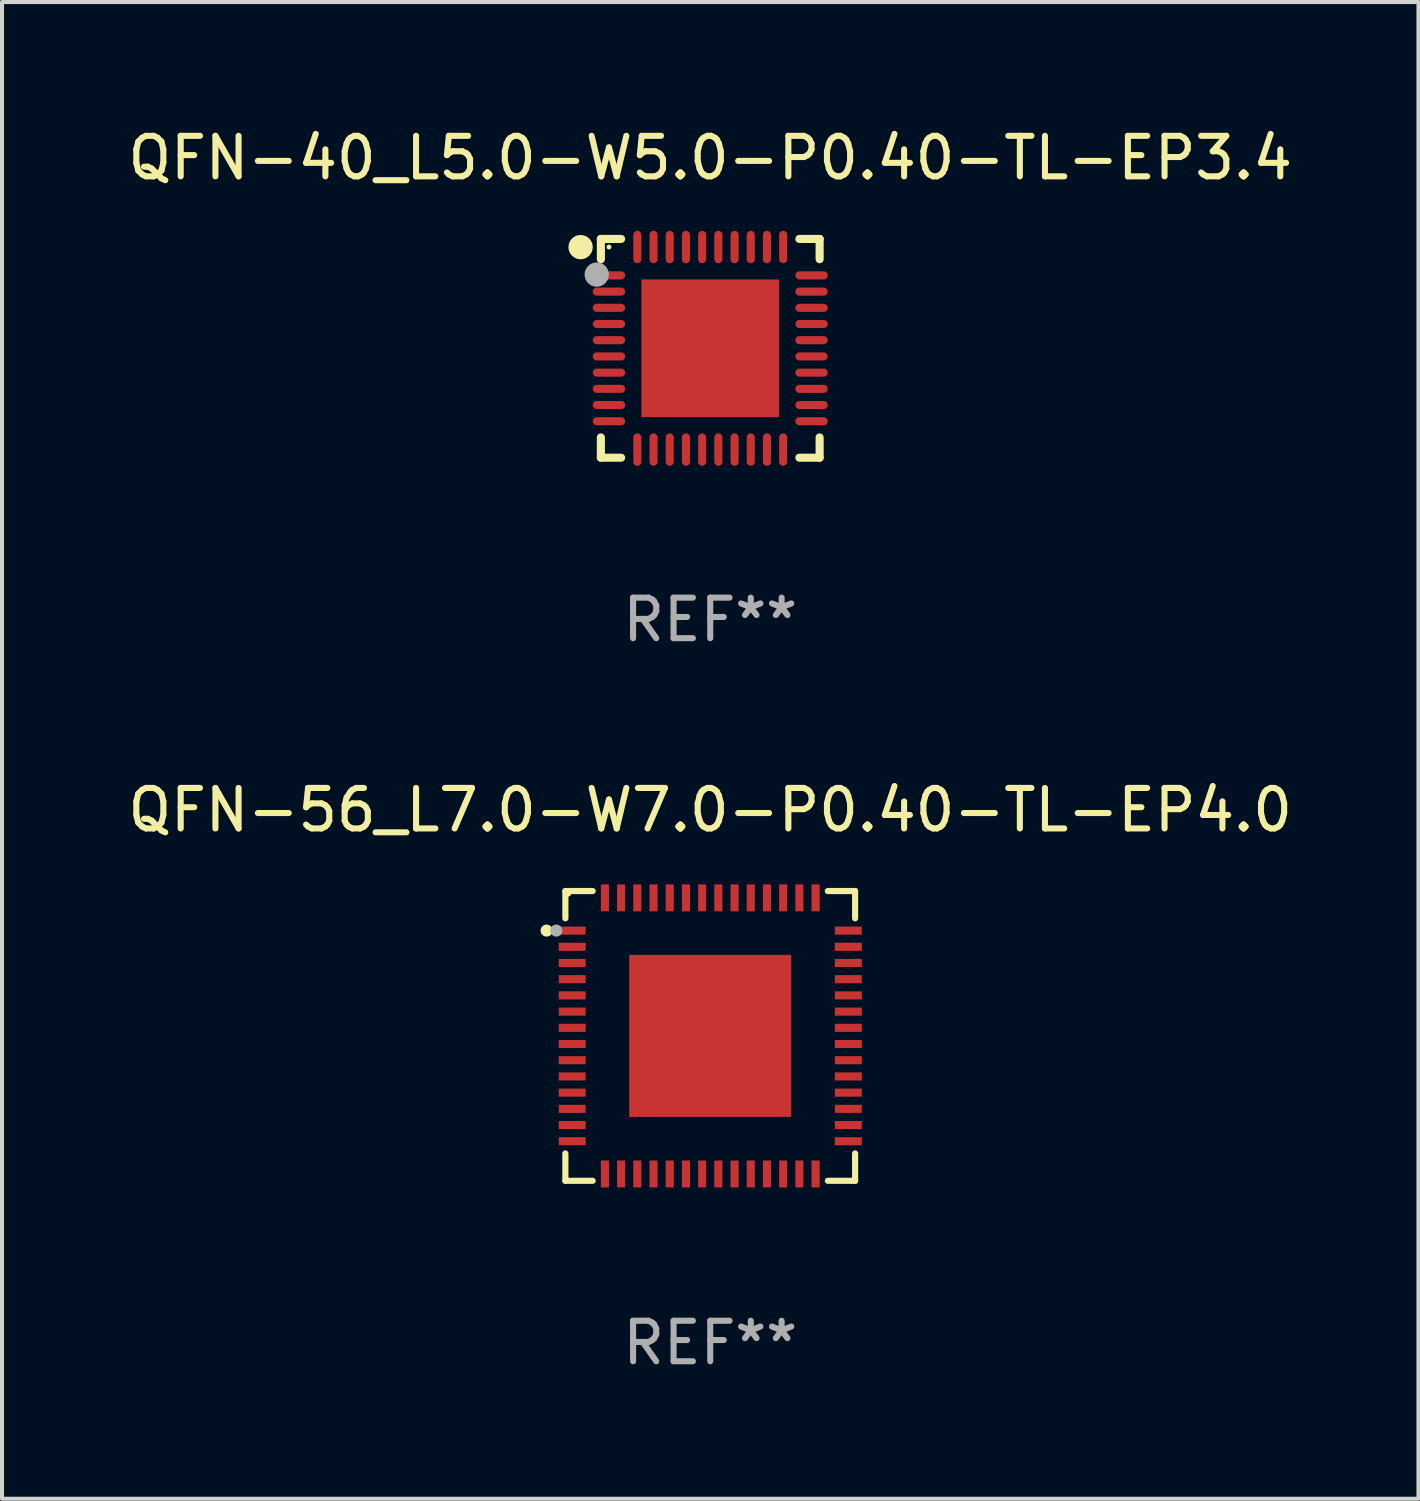
<source format=kicad_pcb>
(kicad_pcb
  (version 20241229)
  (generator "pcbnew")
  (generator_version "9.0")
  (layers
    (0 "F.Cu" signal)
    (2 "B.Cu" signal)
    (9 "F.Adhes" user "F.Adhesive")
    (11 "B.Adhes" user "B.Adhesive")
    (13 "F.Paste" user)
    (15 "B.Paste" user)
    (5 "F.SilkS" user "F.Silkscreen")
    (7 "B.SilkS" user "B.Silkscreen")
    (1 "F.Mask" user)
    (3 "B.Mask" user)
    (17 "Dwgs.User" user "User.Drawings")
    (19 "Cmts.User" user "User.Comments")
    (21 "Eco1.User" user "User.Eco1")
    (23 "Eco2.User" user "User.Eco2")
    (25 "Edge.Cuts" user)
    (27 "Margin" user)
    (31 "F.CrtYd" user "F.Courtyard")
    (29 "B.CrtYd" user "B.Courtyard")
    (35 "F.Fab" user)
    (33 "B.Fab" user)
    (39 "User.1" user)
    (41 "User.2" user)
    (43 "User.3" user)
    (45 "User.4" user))
  (footprint "QFN-40_L5.0-W5.0-P0.40-TL-EP3.4"
    (layer "F.Cu")
    (at 14.482 5.548)
    (property "Reference" "QFN-40_L5.0-W5.0-P0.40-TL-EP3.4" (at 0 -4.7 0) (layer "F.SilkS") (effects (font (size 1 1) (thickness 0.15))))
    (attr smd)
    (fp_line (start -2.7 -2.7) (end -2.2 -2.7) (stroke (width 0.2) (type solid)) (layer "F.SilkS"))
    (fp_line (start -2.7 -2.2) (end -2.7 -2.7) (stroke (width 0.2) (type solid)) (layer "F.SilkS"))
    (fp_line (start -2.7 2.7) (end -2.7 2.2) (stroke (width 0.2) (type solid)) (layer "F.SilkS"))
    (fp_line (start -2.2 2.7) (end -2.7 2.7) (stroke (width 0.2) (type solid)) (layer "F.SilkS"))
    (fp_line (start 2.2 2.7) (end 2.7 2.7) (stroke (width 0.2) (type solid)) (layer "F.SilkS"))
    (fp_line (start 2.7 -2.7) (end 2.2 -2.7) (stroke (width 0.2) (type solid)) (layer "F.SilkS"))
    (fp_line (start 2.7 -2.2) (end 2.7 -2.7) (stroke (width 0.2) (type solid)) (layer "F.SilkS"))
    (fp_line (start 2.7 2.7) (end 2.7 2.2) (stroke (width 0.2) (type solid)) (layer "F.SilkS"))
    (fp_arc (start -3.050546 -2.496825) (mid -3.350565 -2.498305) (end -3.050543 -2.498946) (stroke (width 0.3) (type solid)) (layer "F.SilkS"))
    (fp_circle (center -2.5 -2.5) (end -2.47 -2.5) (stroke (width 0.06) (type solid)) (fill no) (layer "F.SilkS"))
    (fp_circle (center -2.802 -1.82) (end -2.652 -1.82) (stroke (width 0.3) (type solid)) (fill no) (layer "F.Fab"))
    (fp_text user "REF**" (at 0 6.7 0) (layer "F.Fab") (effects (font (size 1 1) (thickness 0.15))))
    (pad "1" smd oval (at -2.5 -1.8) (size 0.8 0.2) (layers "F.Cu" "F.Mask" "F.Paste"))
    (pad "2" smd oval (at -2.5 -1.4) (size 0.8 0.2) (layers "F.Cu" "F.Mask" "F.Paste"))
    (pad "3" smd oval (at -2.5 -1) (size 0.8 0.2) (layers "F.Cu" "F.Mask" "F.Paste"))
    (pad "4" smd oval (at -2.5 -0.6) (size 0.8 0.2) (layers "F.Cu" "F.Mask" "F.Paste"))
    (pad "5" smd oval (at -2.5 -0.2) (size 0.8 0.2) (layers "F.Cu" "F.Mask" "F.Paste"))
    (pad "6" smd oval (at -2.5 0.2) (size 0.8 0.2) (layers "F.Cu" "F.Mask" "F.Paste"))
    (pad "7" smd oval (at -2.5 0.6) (size 0.8 0.2) (layers "F.Cu" "F.Mask" "F.Paste"))
    (pad "8" smd oval (at -2.5 1) (size 0.8 0.2) (layers "F.Cu" "F.Mask" "F.Paste"))
    (pad "9" smd oval (at -2.5 1.4) (size 0.8 0.2) (layers "F.Cu" "F.Mask" "F.Paste"))
    (pad "10" smd oval (at -2.5 1.8) (size 0.8 0.2) (layers "F.Cu" "F.Mask" "F.Paste"))
    (pad "11" smd oval (at -1.8 2.5) (size 0.2 0.8) (layers "F.Cu" "F.Mask" "F.Paste"))
    (pad "12" smd oval (at -1.4 2.5) (size 0.2 0.8) (layers "F.Cu" "F.Mask" "F.Paste"))
    (pad "13" smd oval (at -1 2.5) (size 0.2 0.8) (layers "F.Cu" "F.Mask" "F.Paste"))
    (pad "14" smd oval (at -0.6 2.5) (size 0.2 0.8) (layers "F.Cu" "F.Mask" "F.Paste"))
    (pad "15" smd oval (at -0.2 2.5) (size 0.2 0.8) (layers "F.Cu" "F.Mask" "F.Paste"))
    (pad "16" smd oval (at 0.2 2.5) (size 0.2 0.8) (layers "F.Cu" "F.Mask" "F.Paste"))
    (pad "17" smd oval (at 0.6 2.5) (size 0.2 0.8) (layers "F.Cu" "F.Mask" "F.Paste"))
    (pad "18" smd oval (at 1 2.5) (size 0.2 0.8) (layers "F.Cu" "F.Mask" "F.Paste"))
    (pad "19" smd oval (at 1.4 2.5) (size 0.2 0.8) (layers "F.Cu" "F.Mask" "F.Paste"))
    (pad "20" smd oval (at 1.8 2.5) (size 0.2 0.8) (layers "F.Cu" "F.Mask" "F.Paste"))
    (pad "21" smd oval (at 2.5 1.8) (size 0.8 0.2) (layers "F.Cu" "F.Mask" "F.Paste"))
    (pad "22" smd oval (at 2.5 1.4) (size 0.8 0.2) (layers "F.Cu" "F.Mask" "F.Paste"))
    (pad "23" smd oval (at 2.5 1) (size 0.8 0.2) (layers "F.Cu" "F.Mask" "F.Paste"))
    (pad "24" smd oval (at 2.5 0.6) (size 0.8 0.2) (layers "F.Cu" "F.Mask" "F.Paste"))
    (pad "25" smd oval (at 2.5 0.2) (size 0.8 0.2) (layers "F.Cu" "F.Mask" "F.Paste"))
    (pad "26" smd oval (at 2.5 -0.2) (size 0.8 0.2) (layers "F.Cu" "F.Mask" "F.Paste"))
    (pad "27" smd oval (at 2.5 -0.6) (size 0.8 0.2) (layers "F.Cu" "F.Mask" "F.Paste"))
    (pad "28" smd oval (at 2.5 -1) (size 0.8 0.2) (layers "F.Cu" "F.Mask" "F.Paste"))
    (pad "29" smd oval (at 2.5 -1.4) (size 0.8 0.2) (layers "F.Cu" "F.Mask" "F.Paste"))
    (pad "30" smd oval (at 2.5 -1.8) (size 0.8 0.2) (layers "F.Cu" "F.Mask" "F.Paste"))
    (pad "31" smd oval (at 1.8 -2.5) (size 0.2 0.8) (layers "F.Cu" "F.Mask" "F.Paste"))
    (pad "32" smd oval (at 1.4 -2.5) (size 0.2 0.8) (layers "F.Cu" "F.Mask" "F.Paste"))
    (pad "33" smd oval (at 1 -2.5) (size 0.2 0.8) (layers "F.Cu" "F.Mask" "F.Paste"))
    (pad "34" smd oval (at 0.6 -2.5) (size 0.2 0.8) (layers "F.Cu" "F.Mask" "F.Paste"))
    (pad "35" smd oval (at 0.2 -2.5) (size 0.2 0.8) (layers "F.Cu" "F.Mask" "F.Paste"))
    (pad "36" smd oval (at -0.2 -2.5) (size 0.2 0.8) (layers "F.Cu" "F.Mask" "F.Paste"))
    (pad "37" smd oval (at -0.6 -2.5) (size 0.2 0.8) (layers "F.Cu" "F.Mask" "F.Paste"))
    (pad "38" smd oval (at -1 -2.5) (size 0.2 0.8) (layers "F.Cu" "F.Mask" "F.Paste"))
    (pad "39" smd oval (at -1.4 -2.5) (size 0.2 0.8) (layers "F.Cu" "F.Mask" "F.Paste"))
    (pad "40" smd oval (at -1.8 -2.5) (size 0.2 0.8) (layers "F.Cu" "F.Mask" "F.Paste"))
    (pad "41" smd rect (at 0 -0.000102 270) (size 3.4 3.4) (layers "F.Cu" "F.Mask" "F.Paste")))
  (footprint "QFN-56_L7.0-W7.0-P0.40-TL-EP4.0"
    (layer "F.Cu")
    (at 14.482 22.521)
    (property "Reference" "QFN-56_L7.0-W7.0-P0.40-TL-EP4.0" (at 0.000076 -5.576 0) (layer "F.SilkS") (effects (font (size 1 1) (thickness 0.15))))
    (attr smd)
    (fp_line (start -3.576 -3.576) (end -3.576 -2.903) (stroke (width 0.152) (type solid)) (layer "F.SilkS"))
    (fp_line (start -3.576 3.576) (end -3.576 2.902) (stroke (width 0.152) (type solid)) (layer "F.SilkS"))
    (fp_line (start -2.902 -3.576) (end -3.576 -3.576) (stroke (width 0.152) (type solid)) (layer "F.SilkS"))
    (fp_line (start -2.902 3.576) (end -3.576 3.576) (stroke (width 0.152) (type solid)) (layer "F.SilkS"))
    (fp_line (start 2.903 -3.576) (end 3.576 -3.576) (stroke (width 0.152) (type solid)) (layer "F.SilkS"))
    (fp_line (start 2.903 3.576) (end 3.576 3.576) (stroke (width 0.152) (type solid)) (layer "F.SilkS"))
    (fp_line (start 3.576 -3.576) (end 3.576 -2.903) (stroke (width 0.152) (type solid)) (layer "F.SilkS"))
    (fp_line (start 3.576 3.576) (end 3.576 2.902) (stroke (width 0.152) (type solid)) (layer "F.SilkS"))
    (fp_circle (center -4.04 -2.6) (end -3.965 -2.6) (stroke (width 0.15) (type solid)) (fill no) (layer "F.SilkS"))
    (fp_circle (center -3.5 -3.5) (end -3.47 -3.5) (stroke (width 0.06) (type solid)) (fill no) (layer "F.SilkS"))
    (fp_circle (center -3.8 -2.6) (end -3.725 -2.6) (stroke (width 0.15) (type solid)) (fill no) (layer "F.Fab"))
    (fp_text user "REF**" (at 0.000076 7.576 0) (layer "F.Fab") (effects (font (size 1 1) (thickness 0.15))))
    (pad "1" smd rect (at -3.408 -2.6) (size 0.665 0.2) (layers "F.Cu" "F.Mask" "F.Paste"))
    (pad "2" smd rect (at -3.408 -2.2) (size 0.665 0.2) (layers "F.Cu" "F.Mask" "F.Paste"))
    (pad "3" smd rect (at -3.408 -1.8) (size 0.665 0.2) (layers "F.Cu" "F.Mask" "F.Paste"))
    (pad "4" smd rect (at -3.408 -1.4) (size 0.665 0.2) (layers "F.Cu" "F.Mask" "F.Paste"))
    (pad "5" smd rect (at -3.408 -1) (size 0.665 0.2) (layers "F.Cu" "F.Mask" "F.Paste"))
    (pad "6" smd rect (at -3.408 -0.6) (size 0.665 0.2) (layers "F.Cu" "F.Mask" "F.Paste"))
    (pad "7" smd rect (at -3.408 -0.2) (size 0.665 0.2) (layers "F.Cu" "F.Mask" "F.Paste"))
    (pad "8" smd rect (at -3.408 0.2) (size 0.665 0.2) (layers "F.Cu" "F.Mask" "F.Paste"))
    (pad "9" smd rect (at -3.408 0.6) (size 0.665 0.2) (layers "F.Cu" "F.Mask" "F.Paste"))
    (pad "10" smd rect (at -3.408 1) (size 0.665 0.2) (layers "F.Cu" "F.Mask" "F.Paste"))
    (pad "11" smd rect (at -3.408 1.4) (size 0.665 0.2) (layers "F.Cu" "F.Mask" "F.Paste"))
    (pad "12" smd rect (at -3.408 1.8) (size 0.665 0.2) (layers "F.Cu" "F.Mask" "F.Paste"))
    (pad "13" smd rect (at -3.408 2.2) (size 0.665 0.2) (layers "F.Cu" "F.Mask" "F.Paste"))
    (pad "14" smd rect (at -3.408 2.6) (size 0.665 0.2) (layers "F.Cu" "F.Mask" "F.Paste"))
    (pad "15" smd rect (at -2.6 3.408) (size 0.2 0.665) (layers "F.Cu" "F.Mask" "F.Paste"))
    (pad "16" smd rect (at -2.2 3.408) (size 0.2 0.665) (layers "F.Cu" "F.Mask" "F.Paste"))
    (pad "17" smd rect (at -1.8 3.408) (size 0.2 0.665) (layers "F.Cu" "F.Mask" "F.Paste"))
    (pad "18" smd rect (at -1.4 3.408) (size 0.2 0.665) (layers "F.Cu" "F.Mask" "F.Paste"))
    (pad "19" smd rect (at -1 3.408) (size 0.2 0.665) (layers "F.Cu" "F.Mask" "F.Paste"))
    (pad "20" smd rect (at -0.6 3.408) (size 0.2 0.665) (layers "F.Cu" "F.Mask" "F.Paste"))
    (pad "21" smd rect (at -0.2 3.408) (size 0.2 0.665) (layers "F.Cu" "F.Mask" "F.Paste"))
    (pad "22" smd rect (at 0.2 3.408) (size 0.2 0.665) (layers "F.Cu" "F.Mask" "F.Paste"))
    (pad "23" smd rect (at 0.6 3.408) (size 0.2 0.665) (layers "F.Cu" "F.Mask" "F.Paste"))
    (pad "24" smd rect (at 1 3.408) (size 0.2 0.665) (layers "F.Cu" "F.Mask" "F.Paste"))
    (pad "25" smd rect (at 1.4 3.408) (size 0.2 0.665) (layers "F.Cu" "F.Mask" "F.Paste"))
    (pad "26" smd rect (at 1.8 3.408) (size 0.2 0.665) (layers "F.Cu" "F.Mask" "F.Paste"))
    (pad "27" smd rect (at 2.2 3.408) (size 0.2 0.665) (layers "F.Cu" "F.Mask" "F.Paste"))
    (pad "28" smd rect (at 2.6 3.408) (size 0.2 0.665) (layers "F.Cu" "F.Mask" "F.Paste"))
    (pad "29" smd rect (at 3.408 2.6) (size 0.665 0.2) (layers "F.Cu" "F.Mask" "F.Paste"))
    (pad "30" smd rect (at 3.408 2.2) (size 0.665 0.2) (layers "F.Cu" "F.Mask" "F.Paste"))
    (pad "31" smd rect (at 3.408 1.8) (size 0.665 0.2) (layers "F.Cu" "F.Mask" "F.Paste"))
    (pad "32" smd rect (at 3.408 1.4) (size 0.665 0.2) (layers "F.Cu" "F.Mask" "F.Paste"))
    (pad "33" smd rect (at 3.408 1) (size 0.665 0.2) (layers "F.Cu" "F.Mask" "F.Paste"))
    (pad "34" smd rect (at 3.408 0.6) (size 0.665 0.2) (layers "F.Cu" "F.Mask" "F.Paste"))
    (pad "35" smd rect (at 3.408 0.2) (size 0.665 0.2) (layers "F.Cu" "F.Mask" "F.Paste"))
    (pad "36" smd rect (at 3.408 -0.2) (size 0.665 0.2) (layers "F.Cu" "F.Mask" "F.Paste"))
    (pad "37" smd rect (at 3.408 -0.6) (size 0.665 0.2) (layers "F.Cu" "F.Mask" "F.Paste"))
    (pad "38" smd rect (at 3.408 -1) (size 0.665 0.2) (layers "F.Cu" "F.Mask" "F.Paste"))
    (pad "39" smd rect (at 3.408 -1.4) (size 0.665 0.2) (layers "F.Cu" "F.Mask" "F.Paste"))
    (pad "40" smd rect (at 3.408 -1.8) (size 0.665 0.2) (layers "F.Cu" "F.Mask" "F.Paste"))
    (pad "41" smd rect (at 3.408 -2.2) (size 0.665 0.2) (layers "F.Cu" "F.Mask" "F.Paste"))
    (pad "42" smd rect (at 3.408 -2.6) (size 0.665 0.2) (layers "F.Cu" "F.Mask" "F.Paste"))
    (pad "43" smd rect (at 2.6 -3.408) (size 0.2 0.665) (layers "F.Cu" "F.Mask" "F.Paste"))
    (pad "44" smd rect (at 2.2 -3.408) (size 0.2 0.665) (layers "F.Cu" "F.Mask" "F.Paste"))
    (pad "45" smd rect (at 1.8 -3.408) (size 0.2 0.665) (layers "F.Cu" "F.Mask" "F.Paste"))
    (pad "46" smd rect (at 1.4 -3.408) (size 0.2 0.665) (layers "F.Cu" "F.Mask" "F.Paste"))
    (pad "47" smd rect (at 1 -3.408) (size 0.2 0.665) (layers "F.Cu" "F.Mask" "F.Paste"))
    (pad "48" smd rect (at 0.6 -3.408) (size 0.2 0.665) (layers "F.Cu" "F.Mask" "F.Paste"))
    (pad "49" smd rect (at 0.2 -3.408) (size 0.2 0.665) (layers "F.Cu" "F.Mask" "F.Paste"))
    (pad "50" smd rect (at -0.2 -3.408) (size 0.2 0.665) (layers "F.Cu" "F.Mask" "F.Paste"))
    (pad "51" smd rect (at -0.6 -3.408) (size 0.2 0.665) (layers "F.Cu" "F.Mask" "F.Paste"))
    (pad "52" smd rect (at -1 -3.408) (size 0.2 0.665) (layers "F.Cu" "F.Mask" "F.Paste"))
    (pad "53" smd rect (at -1.4 -3.408) (size 0.2 0.665) (layers "F.Cu" "F.Mask" "F.Paste"))
    (pad "54" smd rect (at -1.8 -3.408) (size 0.2 0.665) (layers "F.Cu" "F.Mask" "F.Paste"))
    (pad "55" smd rect (at -2.2 -3.408) (size 0.2 0.665) (layers "F.Cu" "F.Mask" "F.Paste"))
    (pad "56" smd rect (at -2.6 -3.408) (size 0.2 0.665) (layers "F.Cu" "F.Mask" "F.Paste"))
    (pad "57" smd rect (at 0.000127 -0.000127) (size 4 4) (layers "F.Cu" "F.Mask" "F.Paste")))
  (gr_rect
    (start -3 -3)
    (end 31.964 33.946)
    (stroke (width 0.1) (type default))
    (fill no)
    (layer "Edge.Cuts")))
</source>
